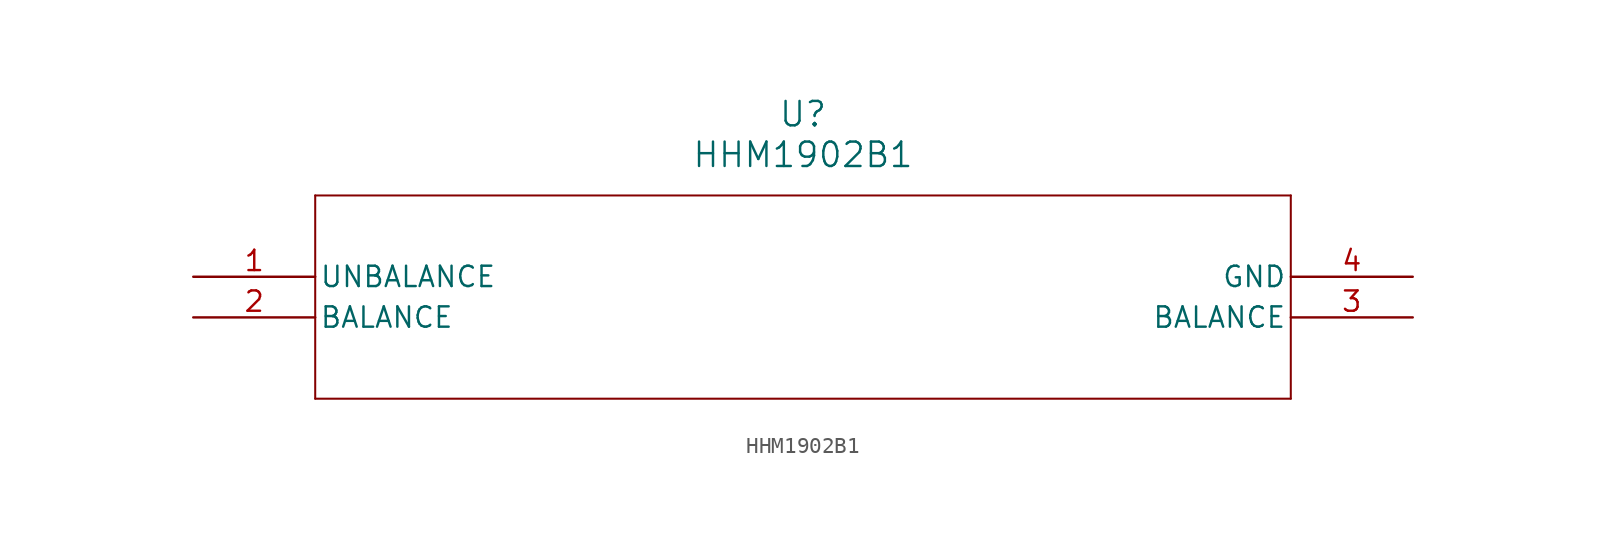
<source format=kicad_sym>
(kicad_symbol_lib
  (version 20211014)
  (generator kicad_symbol_editor)
  (symbol "HHM1902B1"
    (pin_names
      (offset 0.254))
    (property "Reference" "U"
      (at 38.1 10.16 0)
      (effects (font (size 1.524 1.524))))
    (property "Value" "HHM1902B1"
      (at 38.1 7.62 0)
      (effects (font (size 1.524 1.524))))
    (symbol "HHM1902B1_0_1"
      (polyline (pts (xy 7.62 5.08) (xy 7.62 -7.62)) (stroke (width 0.127) (type default) (color 0 0 0 0)) (fill (type none)))
      (polyline (pts (xy 7.62 -7.62) (xy 68.58 -7.62)) (stroke (width 0.127) (type default) (color 0 0 0 0)) (fill (type none)))
      (polyline (pts (xy 68.58 -7.62) (xy 68.58 5.08)) (stroke (width 0.127) (type default) (color 0 0 0 0)) (fill (type none)))
      (polyline (pts (xy 68.58 5.08) (xy 7.62 5.08)) (stroke (width 0.127) (type default) (color 0 0 0 0)) (fill (type none)))
      (pin unspecified line (at 0 0 0) (length 7.62) (name "UNBALANCE" (effects (font (size 1.27 1.27)))) (number "1" (effects (font (size 1.27 1.27)))))
      (pin unspecified line (at 0 -2.54 0) (length 7.62) (name "BALANCE" (effects (font (size 1.27 1.27)))) (number "2" (effects (font (size 1.27 1.27)))))
      (pin unspecified line (at 76.2 -2.54 180) (length 7.62) (name "BALANCE" (effects (font (size 1.27 1.27)))) (number "3" (effects (font (size 1.27 1.27)))))
      (pin power_in line (at 76.2 0 180) (length 7.62) (name "GND" (effects (font (size 1.27 1.27)))) (number "4" (effects (font (size 1.27 1.27))))))))
</source>
